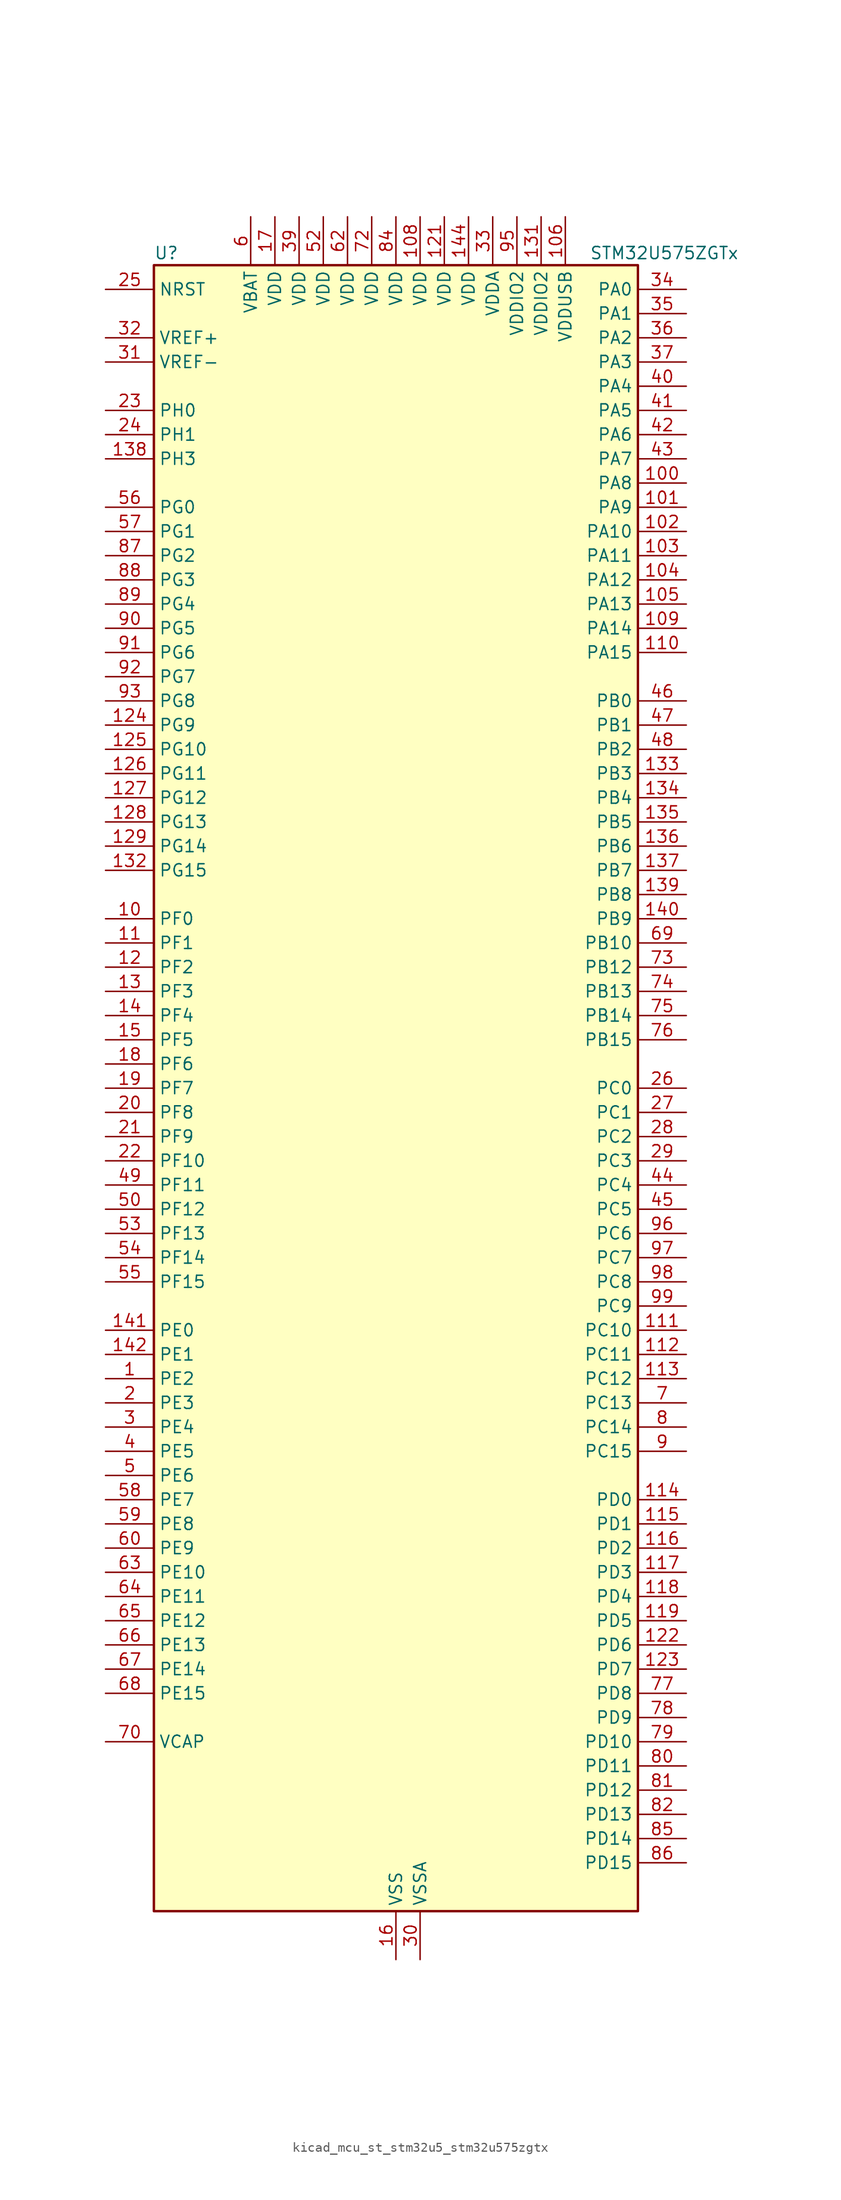
<source format=kicad_sym>
(kicad_symbol_lib
  (version 20220914)
  (generator kicad_symbol_editor)
  (symbol "kicad_mcu_st_stm32u5_stm32u575zgtx"
    (property "Reference" "U"
      (at -25.4 87.63 0)
      (effects (font (size 1.27 1.27)) (justify left)))
    (property "Value" "STM32U575ZGTx"
      (at 20.32 87.63 0)
      (effects (font (size 1.27 1.27)) (justify left)))
    (property "ki_locked" ""
      (at 0 0 0)
      (effects (font (size 1.27 1.27))))
    (symbol "kicad_mcu_st_stm32u5_stm32u575zgtx_0_1"
      (rectangle (start -25.4 -86.36) (end 25.4 86.36) (stroke (width 0.254) (type default)) (fill (type background))))
    (symbol "kicad_mcu_st_stm32u5_stm32u575zgtx_1_1"
      (pin bidirectional line (at -30.48 -30.48 0) (length 5.08) (name "PE2" (effects (font (size 1.27 1.27)))) (number "1" (effects (font (size 1.27 1.27)))) (alternate "DEBUG_TRACECLK" bidirectional line) (alternate "FMC_A23" bidirectional line) (alternate "SAI1_CK1" bidirectional line) (alternate "SAI1_MCLK_A" bidirectional line) (alternate "TIM3_ETR" bidirectional line) (alternate "TSC_G7_IO1" bidirectional line))
      (pin bidirectional line (at -30.48 17.78 0) (length 5.08) (name "PF0" (effects (font (size 1.27 1.27)))) (number "10" (effects (font (size 1.27 1.27)))) (alternate "FMC_A0" bidirectional line) (alternate "I2C2_SDA" bidirectional line) (alternate "OCTOSPIM_P2_IO0" bidirectional line))
      (pin bidirectional line (at 30.48 63.5 180) (length 5.08) (name "PA8" (effects (font (size 1.27 1.27)))) (number "100" (effects (font (size 1.27 1.27)))) (alternate "DEBUG_TRACECLK" bidirectional line) (alternate "LPTIM2_CH1" bidirectional line) (alternate "RCC_MCO" bidirectional line) (alternate "SAI1_CK2" bidirectional line) (alternate "SAI1_SCK_A" bidirectional line) (alternate "SPI1_RDY" bidirectional line) (alternate "TIM1_CH1" bidirectional line) (alternate "USART1_CK" bidirectional line) (alternate "USB_OTG_FS_SOF" bidirectional line))
      (pin bidirectional line (at 30.48 60.96 180) (length 5.08) (name "PA9" (effects (font (size 1.27 1.27)))) (number "101" (effects (font (size 1.27 1.27)))) (alternate "DAC1_EXTI9" bidirectional line) (alternate "DCMI_D0" bidirectional line) (alternate "PSSI_D0" bidirectional line) (alternate "SAI1_FS_A" bidirectional line) (alternate "SPI2_SCK" bidirectional line) (alternate "TIM15_BKIN" bidirectional line) (alternate "TIM1_CH2" bidirectional line) (alternate "USART1_TX" bidirectional line) (alternate "USB_OTG_FS_VBUS" bidirectional line))
      (pin bidirectional line (at 30.48 58.42 180) (length 5.08) (name "PA10" (effects (font (size 1.27 1.27)))) (number "102" (effects (font (size 1.27 1.27)))) (alternate "CRS_SYNC" bidirectional line) (alternate "DCMI_D1" bidirectional line) (alternate "LPTIM2_IN2" bidirectional line) (alternate "PSSI_D1" bidirectional line) (alternate "SAI1_D1" bidirectional line) (alternate "SAI1_SD_A" bidirectional line) (alternate "TIM17_BKIN" bidirectional line) (alternate "TIM1_CH3" bidirectional line) (alternate "USART1_RX" bidirectional line) (alternate "USB_OTG_FS_ID" bidirectional line))
      (pin bidirectional line (at 30.48 55.88 180) (length 5.08) (name "PA11" (effects (font (size 1.27 1.27)))) (number "103" (effects (font (size 1.27 1.27)))) (alternate "ADC1_EXTI11" bidirectional line) (alternate "FDCAN1_RX" bidirectional line) (alternate "SPI1_MISO" bidirectional line) (alternate "TIM1_BKIN2" bidirectional line) (alternate "TIM1_CH4" bidirectional line) (alternate "USART1_CTS" bidirectional line) (alternate "USB_OTG_FS_DM" bidirectional line))
      (pin bidirectional line (at 30.48 53.34 180) (length 5.08) (name "PA12" (effects (font (size 1.27 1.27)))) (number "104" (effects (font (size 1.27 1.27)))) (alternate "FDCAN1_TX" bidirectional line) (alternate "OCTOSPIM_P2_NCS" bidirectional line) (alternate "SPI1_MOSI" bidirectional line) (alternate "TIM1_ETR" bidirectional line) (alternate "USART1_DE" bidirectional line) (alternate "USART1_RTS" bidirectional line) (alternate "USB_OTG_FS_DP" bidirectional line))
      (pin bidirectional line (at 30.48 50.8 180) (length 5.08) (name "PA13" (effects (font (size 1.27 1.27)))) (number "105" (effects (font (size 1.27 1.27)))) (alternate "DEBUG_JTMS-SWDIO" bidirectional line) (alternate "IR_OUT" bidirectional line) (alternate "SAI1_SD_B" bidirectional line) (alternate "USB_OTG_FS_NOE" bidirectional line))
      (pin power_in line (at 17.78 91.44 270) (length 5.08) (name "VDDUSB" (effects (font (size 1.27 1.27)))) (number "106" (effects (font (size 1.27 1.27)))))
      (pin passive line (at 0 -91.44 90) (length 5.08) hide (name "VSS" (effects (font (size 1.27 1.27)))) (number "107" (effects (font (size 1.27 1.27)))))
      (pin power_in line (at 2.54 91.44 270) (length 5.08) (name "VDD" (effects (font (size 1.27 1.27)))) (number "108" (effects (font (size 1.27 1.27)))))
      (pin bidirectional line (at 30.48 48.26 180) (length 5.08) (name "PA14" (effects (font (size 1.27 1.27)))) (number "109" (effects (font (size 1.27 1.27)))) (alternate "DEBUG_JTCK-SWCLK" bidirectional line) (alternate "I2C1_SMBA" bidirectional line) (alternate "I2C4_SMBA" bidirectional line) (alternate "LPTIM1_CH1" bidirectional line) (alternate "SAI1_FS_B" bidirectional line) (alternate "USB_OTG_FS_SOF" bidirectional line))
      (pin bidirectional line (at -30.48 15.24 0) (length 5.08) (name "PF1" (effects (font (size 1.27 1.27)))) (number "11" (effects (font (size 1.27 1.27)))) (alternate "FMC_A1" bidirectional line) (alternate "I2C2_SCL" bidirectional line) (alternate "OCTOSPIM_P2_IO1" bidirectional line))
      (pin bidirectional line (at 30.48 45.72 180) (length 5.08) (name "PA15" (effects (font (size 1.27 1.27)))) (number "110" (effects (font (size 1.27 1.27)))) (alternate "ADC1_EXTI15" bidirectional line) (alternate "ADC4_EXTI15" bidirectional line) (alternate "DEBUG_JTDI" bidirectional line) (alternate "SAI2_FS_B" bidirectional line) (alternate "SPI1_NSS" bidirectional line) (alternate "SPI3_NSS" bidirectional line) (alternate "TIM2_CH1" bidirectional line) (alternate "TIM2_ETR" bidirectional line) (alternate "UART4_DE" bidirectional line) (alternate "UART4_RTS" bidirectional line) (alternate "UCPD1_CC1" bidirectional line) (alternate "USART2_RX" bidirectional line) (alternate "USART3_DE" bidirectional line) (alternate "USART3_RTS" bidirectional line))
      (pin bidirectional line (at 30.48 -25.4 180) (length 5.08) (name "PC10" (effects (font (size 1.27 1.27)))) (number "111" (effects (font (size 1.27 1.27)))) (alternate "ADF1_CCK1" bidirectional line) (alternate "DCMI_D8" bidirectional line) (alternate "DEBUG_TRACED1" bidirectional line) (alternate "LPTIM3_ETR" bidirectional line) (alternate "PSSI_D8" bidirectional line) (alternate "SAI2_SCK_B" bidirectional line) (alternate "SDMMC1_D2" bidirectional line) (alternate "SPI3_SCK" bidirectional line) (alternate "TSC_G3_IO2" bidirectional line) (alternate "UART4_TX" bidirectional line) (alternate "USART3_TX" bidirectional line))
      (pin bidirectional line (at 30.48 -27.94 180) (length 5.08) (name "PC11" (effects (font (size 1.27 1.27)))) (number "112" (effects (font (size 1.27 1.27)))) (alternate "ADC1_EXTI11" bidirectional line) (alternate "ADF1_SDI0" bidirectional line) (alternate "DCMI_D2" bidirectional line) (alternate "DCMI_D4" bidirectional line) (alternate "LPTIM3_IN1" bidirectional line) (alternate "OCTOSPIM_P1_NCS" bidirectional line) (alternate "PSSI_D2" bidirectional line) (alternate "PSSI_D4" bidirectional line) (alternate "SAI2_MCLK_B" bidirectional line) (alternate "SDMMC1_D3" bidirectional line) (alternate "SPI3_MISO" bidirectional line) (alternate "TSC_G3_IO3" bidirectional line) (alternate "UART4_RX" bidirectional line) (alternate "UCPD1_FRSTX2" bidirectional line) (alternate "USART3_RX" bidirectional line))
      (pin bidirectional line (at 30.48 -30.48 180) (length 5.08) (name "PC12" (effects (font (size 1.27 1.27)))) (number "113" (effects (font (size 1.27 1.27)))) (alternate "DCMI_D9" bidirectional line) (alternate "DEBUG_TRACED3" bidirectional line) (alternate "PSSI_D9" bidirectional line) (alternate "SAI2_SD_B" bidirectional line) (alternate "SDMMC1_CK" bidirectional line) (alternate "SPI3_MOSI" bidirectional line) (alternate "TSC_G3_IO4" bidirectional line) (alternate "UART5_TX" bidirectional line) (alternate "USART3_CK" bidirectional line))
      (pin bidirectional line (at 30.48 -43.18 180) (length 5.08) (name "PD0" (effects (font (size 1.27 1.27)))) (number "114" (effects (font (size 1.27 1.27)))) (alternate "FDCAN1_RX" bidirectional line) (alternate "FMC_D2" bidirectional line) (alternate "FMC_DA2" bidirectional line) (alternate "SPI2_NSS" bidirectional line) (alternate "TIM8_CH4N" bidirectional line))
      (pin bidirectional line (at 30.48 -45.72 180) (length 5.08) (name "PD1" (effects (font (size 1.27 1.27)))) (number "115" (effects (font (size 1.27 1.27)))) (alternate "FDCAN1_TX" bidirectional line) (alternate "FMC_D3" bidirectional line) (alternate "FMC_DA3" bidirectional line) (alternate "SPI2_SCK" bidirectional line))
      (pin bidirectional line (at 30.48 -48.26 180) (length 5.08) (name "PD2" (effects (font (size 1.27 1.27)))) (number "116" (effects (font (size 1.27 1.27)))) (alternate "DCMI_D11" bidirectional line) (alternate "DEBUG_TRACED2" bidirectional line) (alternate "LPTIM4_ETR" bidirectional line) (alternate "PSSI_D11" bidirectional line) (alternate "SDMMC1_CMD" bidirectional line) (alternate "TIM3_ETR" bidirectional line) (alternate "TSC_SYNC" bidirectional line) (alternate "UART5_RX" bidirectional line) (alternate "USART3_DE" bidirectional line) (alternate "USART3_RTS" bidirectional line))
      (pin bidirectional line (at 30.48 -50.8 180) (length 5.08) (name "PD3" (effects (font (size 1.27 1.27)))) (number "117" (effects (font (size 1.27 1.27)))) (alternate "DCMI_D5" bidirectional line) (alternate "FMC_CLK" bidirectional line) (alternate "MDF1_SDI0" bidirectional line) (alternate "OCTOSPIM_P2_NCS" bidirectional line) (alternate "PSSI_D5" bidirectional line) (alternate "SPI2_MISO" bidirectional line) (alternate "SPI2_SCK" bidirectional line) (alternate "USART2_CTS" bidirectional line))
      (pin bidirectional line (at 30.48 -53.34 180) (length 5.08) (name "PD4" (effects (font (size 1.27 1.27)))) (number "118" (effects (font (size 1.27 1.27)))) (alternate "FMC_NOE" bidirectional line) (alternate "MDF1_CKI0" bidirectional line) (alternate "OCTOSPIM_P1_IO4" bidirectional line) (alternate "SPI2_MOSI" bidirectional line) (alternate "USART2_DE" bidirectional line) (alternate "USART2_RTS" bidirectional line))
      (pin bidirectional line (at 30.48 -55.88 180) (length 5.08) (name "PD5" (effects (font (size 1.27 1.27)))) (number "119" (effects (font (size 1.27 1.27)))) (alternate "FMC_NWE" bidirectional line) (alternate "OCTOSPIM_P1_IO5" bidirectional line) (alternate "SPI2_RDY" bidirectional line) (alternate "USART2_TX" bidirectional line))
      (pin bidirectional line (at -30.48 12.7 0) (length 5.08) (name "PF2" (effects (font (size 1.27 1.27)))) (number "12" (effects (font (size 1.27 1.27)))) (alternate "FMC_A2" bidirectional line) (alternate "I2C2_SMBA" bidirectional line) (alternate "LPTIM3_CH2" bidirectional line) (alternate "OCTOSPIM_P2_IO2" bidirectional line) (alternate "PWR_WKUP8" bidirectional line))
      (pin passive line (at 0 -91.44 90) (length 5.08) hide (name "VSS" (effects (font (size 1.27 1.27)))) (number "120" (effects (font (size 1.27 1.27)))))
      (pin power_in line (at 5.08 91.44 270) (length 5.08) (name "VDD" (effects (font (size 1.27 1.27)))) (number "121" (effects (font (size 1.27 1.27)))))
      (pin bidirectional line (at 30.48 -58.42 180) (length 5.08) (name "PD6" (effects (font (size 1.27 1.27)))) (number "122" (effects (font (size 1.27 1.27)))) (alternate "DCMI_D10" bidirectional line) (alternate "FMC_NWAIT" bidirectional line) (alternate "MDF1_SDI1" bidirectional line) (alternate "OCTOSPIM_P1_IO6" bidirectional line) (alternate "PSSI_D10" bidirectional line) (alternate "SAI1_D1" bidirectional line) (alternate "SAI1_SD_A" bidirectional line) (alternate "SDMMC2_CK" bidirectional line) (alternate "SPI3_MOSI" bidirectional line) (alternate "USART2_RX" bidirectional line))
      (pin bidirectional line (at 30.48 -60.96 180) (length 5.08) (name "PD7" (effects (font (size 1.27 1.27)))) (number "123" (effects (font (size 1.27 1.27)))) (alternate "FMC_NCE" bidirectional line) (alternate "FMC_NE1" bidirectional line) (alternate "LPTIM4_OUT" bidirectional line) (alternate "MDF1_CKI1" bidirectional line) (alternate "OCTOSPIM_P1_IO7" bidirectional line) (alternate "SDMMC2_CMD" bidirectional line) (alternate "USART2_CK" bidirectional line))
      (pin bidirectional line (at -30.48 38.1 0) (length 5.08) (name "PG9" (effects (font (size 1.27 1.27)))) (number "124" (effects (font (size 1.27 1.27)))) (alternate "DAC1_EXTI9" bidirectional line) (alternate "FMC_NCE" bidirectional line) (alternate "FMC_NE2" bidirectional line) (alternate "OCTOSPIM_P2_IO6" bidirectional line) (alternate "SAI2_SCK_A" bidirectional line) (alternate "SPI3_SCK" bidirectional line) (alternate "TIM15_CH1N" bidirectional line) (alternate "USART1_TX" bidirectional line))
      (pin bidirectional line (at -30.48 35.56 0) (length 5.08) (name "PG10" (effects (font (size 1.27 1.27)))) (number "125" (effects (font (size 1.27 1.27)))) (alternate "FMC_NE3" bidirectional line) (alternate "LPTIM1_IN1" bidirectional line) (alternate "OCTOSPIM_P2_IO7" bidirectional line) (alternate "SAI2_FS_A" bidirectional line) (alternate "SPI3_MISO" bidirectional line) (alternate "TIM15_CH1" bidirectional line) (alternate "USART1_RX" bidirectional line))
      (pin bidirectional line (at -30.48 33.02 0) (length 5.08) (name "PG11" (effects (font (size 1.27 1.27)))) (number "126" (effects (font (size 1.27 1.27)))) (alternate "ADC1_EXTI11" bidirectional line) (alternate "LPTIM1_IN2" bidirectional line) (alternate "OCTOSPIM_P1_IO5" bidirectional line) (alternate "SAI2_MCLK_A" bidirectional line) (alternate "SPI3_MOSI" bidirectional line) (alternate "TIM15_CH2" bidirectional line) (alternate "USART1_CTS" bidirectional line))
      (pin bidirectional line (at -30.48 30.48 0) (length 5.08) (name "PG12" (effects (font (size 1.27 1.27)))) (number "127" (effects (font (size 1.27 1.27)))) (alternate "FMC_NE4" bidirectional line) (alternate "LPTIM1_ETR" bidirectional line) (alternate "OCTOSPIM_P2_NCS" bidirectional line) (alternate "SAI2_SD_A" bidirectional line) (alternate "SPI3_NSS" bidirectional line) (alternate "USART1_DE" bidirectional line) (alternate "USART1_RTS" bidirectional line))
      (pin bidirectional line (at -30.48 27.94 0) (length 5.08) (name "PG13" (effects (font (size 1.27 1.27)))) (number "128" (effects (font (size 1.27 1.27)))) (alternate "FMC_A24" bidirectional line) (alternate "I2C1_SDA" bidirectional line) (alternate "SPI3_RDY" bidirectional line) (alternate "USART1_CK" bidirectional line))
      (pin bidirectional line (at -30.48 25.4 0) (length 5.08) (name "PG14" (effects (font (size 1.27 1.27)))) (number "129" (effects (font (size 1.27 1.27)))) (alternate "FMC_A25" bidirectional line) (alternate "I2C1_SCL" bidirectional line) (alternate "LPTIM1_CH2" bidirectional line))
      (pin bidirectional line (at -30.48 10.16 0) (length 5.08) (name "PF3" (effects (font (size 1.27 1.27)))) (number "13" (effects (font (size 1.27 1.27)))) (alternate "FMC_A3" bidirectional line) (alternate "LPTIM3_IN1" bidirectional line) (alternate "OCTOSPIM_P2_IO3" bidirectional line))
      (pin passive line (at 0 -91.44 90) (length 5.08) hide (name "VSS" (effects (font (size 1.27 1.27)))) (number "130" (effects (font (size 1.27 1.27)))))
      (pin power_in line (at 15.24 91.44 270) (length 5.08) (name "VDDIO2" (effects (font (size 1.27 1.27)))) (number "131" (effects (font (size 1.27 1.27)))))
      (pin bidirectional line (at -30.48 22.86 0) (length 5.08) (name "PG15" (effects (font (size 1.27 1.27)))) (number "132" (effects (font (size 1.27 1.27)))) (alternate "ADC1_EXTI15" bidirectional line) (alternate "ADC4_EXTI15" bidirectional line) (alternate "DCMI_D13" bidirectional line) (alternate "I2C1_SMBA" bidirectional line) (alternate "LPTIM1_CH1" bidirectional line) (alternate "OCTOSPIM_P2_DQS" bidirectional line) (alternate "PSSI_D13" bidirectional line))
      (pin bidirectional line (at 30.48 33.02 180) (length 5.08) (name "PB3" (effects (font (size 1.27 1.27)))) (number "133" (effects (font (size 1.27 1.27)))) (alternate "ADF1_CCK0" bidirectional line) (alternate "COMP2_INM" bidirectional line) (alternate "CRS_SYNC" bidirectional line) (alternate "DEBUG_JTDO-SWO" bidirectional line) (alternate "I2C1_SDA" bidirectional line) (alternate "LPTIM1_CH1" bidirectional line) (alternate "SAI1_SCK_B" bidirectional line) (alternate "SDMMC2_D2" bidirectional line) (alternate "SPI1_SCK" bidirectional line) (alternate "SPI3_SCK" bidirectional line) (alternate "TIM2_CH2" bidirectional line) (alternate "USART1_DE" bidirectional line) (alternate "USART1_RTS" bidirectional line))
      (pin bidirectional line (at 30.48 30.48 180) (length 5.08) (name "PB4" (effects (font (size 1.27 1.27)))) (number "134" (effects (font (size 1.27 1.27)))) (alternate "ADF1_SDI0" bidirectional line) (alternate "COMP2_INP" bidirectional line) (alternate "DCMI_D12" bidirectional line) (alternate "DEBUG_JTRST" bidirectional line) (alternate "I2C3_SDA" bidirectional line) (alternate "LPTIM1_CH2" bidirectional line) (alternate "PSSI_D12" bidirectional line) (alternate "SAI1_MCLK_B" bidirectional line) (alternate "SDMMC2_D3" bidirectional line) (alternate "SPI1_MISO" bidirectional line) (alternate "SPI3_MISO" bidirectional line) (alternate "TIM17_BKIN" bidirectional line) (alternate "TIM3_CH1" bidirectional line) (alternate "TSC_G2_IO1" bidirectional line) (alternate "UART5_DE" bidirectional line) (alternate "UART5_RTS" bidirectional line) (alternate "USART1_CTS" bidirectional line))
      (pin bidirectional line (at 30.48 27.94 180) (length 5.08) (name "PB5" (effects (font (size 1.27 1.27)))) (number "135" (effects (font (size 1.27 1.27)))) (alternate "COMP2_OUT" bidirectional line) (alternate "DCMI_D10" bidirectional line) (alternate "I2C1_SMBA" bidirectional line) (alternate "LPTIM1_IN1" bidirectional line) (alternate "OCTOSPIM_P1_NCLK" bidirectional line) (alternate "PSSI_D10" bidirectional line) (alternate "PWR_WKUP6" bidirectional line) (alternate "SAI1_SD_B" bidirectional line) (alternate "SPI1_MOSI" bidirectional line) (alternate "SPI3_MOSI" bidirectional line) (alternate "TIM16_BKIN" bidirectional line) (alternate "TIM3_CH2" bidirectional line) (alternate "TSC_G2_IO2" bidirectional line) (alternate "UART5_CTS" bidirectional line) (alternate "UCPD1_DBCC1" bidirectional line) (alternate "USART1_CK" bidirectional line))
      (pin bidirectional line (at 30.48 25.4 180) (length 5.08) (name "PB6" (effects (font (size 1.27 1.27)))) (number "136" (effects (font (size 1.27 1.27)))) (alternate "COMP2_INP" bidirectional line) (alternate "DCMI_D5" bidirectional line) (alternate "I2C1_SCL" bidirectional line) (alternate "I2C4_SCL" bidirectional line) (alternate "LPTIM1_ETR" bidirectional line) (alternate "MDF1_SDI5" bidirectional line) (alternate "PSSI_D5" bidirectional line) (alternate "PWR_WKUP3" bidirectional line) (alternate "SAI1_FS_B" bidirectional line) (alternate "TIM16_CH1N" bidirectional line) (alternate "TIM4_CH1" bidirectional line) (alternate "TIM8_BKIN2" bidirectional line) (alternate "TSC_G2_IO3" bidirectional line) (alternate "USART1_TX" bidirectional line))
      (pin bidirectional line (at 30.48 22.86 180) (length 5.08) (name "PB7" (effects (font (size 1.27 1.27)))) (number "137" (effects (font (size 1.27 1.27)))) (alternate "COMP2_INM" bidirectional line) (alternate "DCMI_VSYNC" bidirectional line) (alternate "FMC_NL" bidirectional line) (alternate "I2C1_SDA" bidirectional line) (alternate "I2C4_SDA" bidirectional line) (alternate "LPTIM1_IN2" bidirectional line) (alternate "MDF1_CKI5" bidirectional line) (alternate "PSSI_RDY" bidirectional line) (alternate "PWR_PVD_IN" bidirectional line) (alternate "PWR_WKUP4" bidirectional line) (alternate "TIM17_CH1N" bidirectional line) (alternate "TIM4_CH2" bidirectional line) (alternate "TIM8_BKIN" bidirectional line) (alternate "TSC_G2_IO4" bidirectional line) (alternate "UART4_CTS" bidirectional line) (alternate "USART1_RX" bidirectional line))
      (pin bidirectional line (at -30.48 66.04 0) (length 5.08) (name "PH3" (effects (font (size 1.27 1.27)))) (number "138" (effects (font (size 1.27 1.27)))))
      (pin bidirectional line (at 30.48 20.32 180) (length 5.08) (name "PB8" (effects (font (size 1.27 1.27)))) (number "139" (effects (font (size 1.27 1.27)))) (alternate "DCMI_D6" bidirectional line) (alternate "FDCAN1_RX" bidirectional line) (alternate "I2C1_SCL" bidirectional line) (alternate "MDF1_CCK0" bidirectional line) (alternate "PSSI_D6" bidirectional line) (alternate "PWR_WKUP5" bidirectional line) (alternate "SAI1_CK1" bidirectional line) (alternate "SAI1_MCLK_A" bidirectional line) (alternate "SDMMC1_CKIN" bidirectional line) (alternate "SDMMC1_D4" bidirectional line) (alternate "SDMMC2_D4" bidirectional line) (alternate "SPI3_RDY" bidirectional line) (alternate "TIM16_CH1" bidirectional line) (alternate "TIM4_CH3" bidirectional line))
      (pin bidirectional line (at -30.48 7.62 0) (length 5.08) (name "PF4" (effects (font (size 1.27 1.27)))) (number "14" (effects (font (size 1.27 1.27)))) (alternate "FMC_A4" bidirectional line) (alternate "LPTIM3_ETR" bidirectional line) (alternate "OCTOSPIM_P2_CLK" bidirectional line))
      (pin bidirectional line (at 30.48 17.78 180) (length 5.08) (name "PB9" (effects (font (size 1.27 1.27)))) (number "140" (effects (font (size 1.27 1.27)))) (alternate "DAC1_EXTI9" bidirectional line) (alternate "DCMI_D7" bidirectional line) (alternate "FDCAN1_TX" bidirectional line) (alternate "I2C1_SDA" bidirectional line) (alternate "IR_OUT" bidirectional line) (alternate "PSSI_D7" bidirectional line) (alternate "SAI1_D2" bidirectional line) (alternate "SAI1_FS_A" bidirectional line) (alternate "SDMMC1_CDIR" bidirectional line) (alternate "SDMMC1_D5" bidirectional line) (alternate "SDMMC2_D5" bidirectional line) (alternate "SPI2_NSS" bidirectional line) (alternate "TIM17_CH1" bidirectional line) (alternate "TIM4_CH4" bidirectional line))
      (pin bidirectional line (at -30.48 -25.4 0) (length 5.08) (name "PE0" (effects (font (size 1.27 1.27)))) (number "141" (effects (font (size 1.27 1.27)))) (alternate "DCMI_D2" bidirectional line) (alternate "FMC_NBL0" bidirectional line) (alternate "PSSI_D2" bidirectional line) (alternate "TIM16_CH1" bidirectional line) (alternate "TIM4_ETR" bidirectional line))
      (pin bidirectional line (at -30.48 -27.94 0) (length 5.08) (name "PE1" (effects (font (size 1.27 1.27)))) (number "142" (effects (font (size 1.27 1.27)))) (alternate "DCMI_D3" bidirectional line) (alternate "FMC_NBL1" bidirectional line) (alternate "PSSI_D3" bidirectional line) (alternate "TIM17_CH1" bidirectional line))
      (pin passive line (at 0 -91.44 90) (length 5.08) hide (name "VSS" (effects (font (size 1.27 1.27)))) (number "143" (effects (font (size 1.27 1.27)))))
      (pin power_in line (at 7.62 91.44 270) (length 5.08) (name "VDD" (effects (font (size 1.27 1.27)))) (number "144" (effects (font (size 1.27 1.27)))))
      (pin bidirectional line (at -30.48 5.08 0) (length 5.08) (name "PF5" (effects (font (size 1.27 1.27)))) (number "15" (effects (font (size 1.27 1.27)))) (alternate "FMC_A5" bidirectional line) (alternate "LPTIM3_CH1" bidirectional line) (alternate "OCTOSPIM_P2_NCLK" bidirectional line))
      (pin power_in line (at 0 -91.44 90) (length 5.08) (name "VSS" (effects (font (size 1.27 1.27)))) (number "16" (effects (font (size 1.27 1.27)))))
      (pin power_in line (at -12.7 91.44 270) (length 5.08) (name "VDD" (effects (font (size 1.27 1.27)))) (number "17" (effects (font (size 1.27 1.27)))))
      (pin bidirectional line (at -30.48 2.54 0) (length 5.08) (name "PF6" (effects (font (size 1.27 1.27)))) (number "18" (effects (font (size 1.27 1.27)))) (alternate "DCMI_D12" bidirectional line) (alternate "OCTOSPIM_P1_IO3" bidirectional line) (alternate "OCTOSPIM_P2_NCS" bidirectional line) (alternate "PSSI_D12" bidirectional line) (alternate "SAI1_SD_B" bidirectional line) (alternate "TIM5_CH1" bidirectional line) (alternate "TIM5_ETR" bidirectional line))
      (pin bidirectional line (at -30.48 0 0) (length 5.08) (name "PF7" (effects (font (size 1.27 1.27)))) (number "19" (effects (font (size 1.27 1.27)))) (alternate "FDCAN1_RX" bidirectional line) (alternate "OCTOSPIM_P1_IO2" bidirectional line) (alternate "SAI1_MCLK_B" bidirectional line) (alternate "TIM5_CH2" bidirectional line))
      (pin bidirectional line (at -30.48 -33.02 0) (length 5.08) (name "PE3" (effects (font (size 1.27 1.27)))) (number "2" (effects (font (size 1.27 1.27)))) (alternate "DEBUG_TRACED0" bidirectional line) (alternate "FMC_A19" bidirectional line) (alternate "OCTOSPIM_P1_DQS" bidirectional line) (alternate "SAI1_SD_B" bidirectional line) (alternate "TAMP_IN6" bidirectional line) (alternate "TAMP_OUT3" bidirectional line) (alternate "TIM3_CH1" bidirectional line) (alternate "TSC_G7_IO2" bidirectional line))
      (pin bidirectional line (at -30.48 -2.54 0) (length 5.08) (name "PF8" (effects (font (size 1.27 1.27)))) (number "20" (effects (font (size 1.27 1.27)))) (alternate "FDCAN1_TX" bidirectional line) (alternate "OCTOSPIM_P1_IO0" bidirectional line) (alternate "PSSI_D14" bidirectional line) (alternate "SAI1_SCK_B" bidirectional line) (alternate "TIM5_CH3" bidirectional line))
      (pin bidirectional line (at -30.48 -5.08 0) (length 5.08) (name "PF9" (effects (font (size 1.27 1.27)))) (number "21" (effects (font (size 1.27 1.27)))) (alternate "DAC1_EXTI9" bidirectional line) (alternate "OCTOSPIM_P1_IO1" bidirectional line) (alternate "PSSI_D15" bidirectional line) (alternate "SAI1_FS_B" bidirectional line) (alternate "TIM15_CH1" bidirectional line) (alternate "TIM5_CH4" bidirectional line))
      (pin bidirectional line (at -30.48 -7.62 0) (length 5.08) (name "PF10" (effects (font (size 1.27 1.27)))) (number "22" (effects (font (size 1.27 1.27)))) (alternate "DCMI_D11" bidirectional line) (alternate "MDF1_CCK1" bidirectional line) (alternate "OCTOSPIM_P1_CLK" bidirectional line) (alternate "PSSI_D11" bidirectional line) (alternate "PSSI_D15" bidirectional line) (alternate "SAI1_D3" bidirectional line) (alternate "TIM15_CH2" bidirectional line))
      (pin bidirectional line (at -30.48 71.12 0) (length 5.08) (name "PH0" (effects (font (size 1.27 1.27)))) (number "23" (effects (font (size 1.27 1.27)))) (alternate "RCC_OSC_IN" bidirectional line))
      (pin bidirectional line (at -30.48 68.58 0) (length 5.08) (name "PH1" (effects (font (size 1.27 1.27)))) (number "24" (effects (font (size 1.27 1.27)))) (alternate "RCC_OSC_OUT" bidirectional line))
      (pin input line (at -30.48 83.82 0) (length 5.08) (name "NRST" (effects (font (size 1.27 1.27)))) (number "25" (effects (font (size 1.27 1.27)))))
      (pin bidirectional line (at 30.48 0 180) (length 5.08) (name "PC0" (effects (font (size 1.27 1.27)))) (number "26" (effects (font (size 1.27 1.27)))) (alternate "ADC1_IN1" bidirectional line) (alternate "ADC4_IN1" bidirectional line) (alternate "I2C3_SCL" bidirectional line) (alternate "LPTIM1_IN1" bidirectional line) (alternate "LPTIM2_IN1" bidirectional line) (alternate "LPUART1_RX" bidirectional line) (alternate "MDF1_SDI4" bidirectional line) (alternate "OCTOSPIM_P1_IO7" bidirectional line) (alternate "SAI2_FS_A" bidirectional line) (alternate "SDMMC1_D5" bidirectional line) (alternate "SPI2_RDY" bidirectional line))
      (pin bidirectional line (at 30.48 -2.54 180) (length 5.08) (name "PC1" (effects (font (size 1.27 1.27)))) (number "27" (effects (font (size 1.27 1.27)))) (alternate "ADC1_IN2" bidirectional line) (alternate "ADC4_IN2" bidirectional line) (alternate "DEBUG_TRACED0" bidirectional line) (alternate "I2C3_SDA" bidirectional line) (alternate "LPTIM1_CH1" bidirectional line) (alternate "LPUART1_TX" bidirectional line) (alternate "MDF1_CKI4" bidirectional line) (alternate "OCTOSPIM_P1_IO4" bidirectional line) (alternate "SAI1_SD_A" bidirectional line) (alternate "SDMMC2_CK" bidirectional line) (alternate "SPI2_MOSI" bidirectional line))
      (pin bidirectional line (at 30.48 -5.08 180) (length 5.08) (name "PC2" (effects (font (size 1.27 1.27)))) (number "28" (effects (font (size 1.27 1.27)))) (alternate "ADC1_IN3" bidirectional line) (alternate "ADC4_IN3" bidirectional line) (alternate "LPTIM1_IN2" bidirectional line) (alternate "MDF1_CCK1" bidirectional line) (alternate "OCTOSPIM_P1_IO5" bidirectional line) (alternate "SPI2_MISO" bidirectional line))
      (pin bidirectional line (at 30.48 -7.62 180) (length 5.08) (name "PC3" (effects (font (size 1.27 1.27)))) (number "29" (effects (font (size 1.27 1.27)))) (alternate "ADC1_IN4" bidirectional line) (alternate "ADC4_IN4" bidirectional line) (alternate "LPTIM1_ETR" bidirectional line) (alternate "LPTIM2_ETR" bidirectional line) (alternate "LPTIM3_CH1" bidirectional line) (alternate "OCTOSPIM_P1_IO6" bidirectional line) (alternate "SAI1_D1" bidirectional line) (alternate "SAI1_SD_A" bidirectional line) (alternate "SPI2_MOSI" bidirectional line))
      (pin bidirectional line (at -30.48 -35.56 0) (length 5.08) (name "PE4" (effects (font (size 1.27 1.27)))) (number "3" (effects (font (size 1.27 1.27)))) (alternate "DCMI_D4" bidirectional line) (alternate "DEBUG_TRACED1" bidirectional line) (alternate "FMC_A20" bidirectional line) (alternate "MDF1_SDI3" bidirectional line) (alternate "PSSI_D4" bidirectional line) (alternate "PWR_WKUP1" bidirectional line) (alternate "SAI1_D2" bidirectional line) (alternate "SAI1_FS_A" bidirectional line) (alternate "TAMP_IN7" bidirectional line) (alternate "TAMP_OUT8" bidirectional line) (alternate "TIM3_CH2" bidirectional line) (alternate "TSC_G7_IO3" bidirectional line))
      (pin power_in line (at 2.54 -91.44 90) (length 5.08) (name "VSSA" (effects (font (size 1.27 1.27)))) (number "30" (effects (font (size 1.27 1.27)))))
      (pin input line (at -30.48 76.2 0) (length 5.08) (name "VREF-" (effects (font (size 1.27 1.27)))) (number "31" (effects (font (size 1.27 1.27)))))
      (pin input line (at -30.48 78.74 0) (length 5.08) (name "VREF+" (effects (font (size 1.27 1.27)))) (number "32" (effects (font (size 1.27 1.27)))) (alternate "VREFBUF_OUT" bidirectional line))
      (pin power_in line (at 10.16 91.44 270) (length 5.08) (name "VDDA" (effects (font (size 1.27 1.27)))) (number "33" (effects (font (size 1.27 1.27)))))
      (pin bidirectional line (at 30.48 83.82 180) (length 5.08) (name "PA0" (effects (font (size 1.27 1.27)))) (number "34" (effects (font (size 1.27 1.27)))) (alternate "ADC1_IN5" bidirectional line) (alternate "AUDIOCLK" bidirectional line) (alternate "OCTOSPIM_P2_NCS" bidirectional line) (alternate "OPAMP1_VINP" bidirectional line) (alternate "PWR_WKUP1" bidirectional line) (alternate "SDMMC2_CMD" bidirectional line) (alternate "SPI3_RDY" bidirectional line) (alternate "TAMP_IN2" bidirectional line) (alternate "TAMP_OUT1" bidirectional line) (alternate "TIM2_CH1" bidirectional line) (alternate "TIM2_ETR" bidirectional line) (alternate "TIM5_CH1" bidirectional line) (alternate "TIM8_ETR" bidirectional line) (alternate "UART4_TX" bidirectional line) (alternate "USART2_CTS" bidirectional line))
      (pin bidirectional line (at 30.48 81.28 180) (length 5.08) (name "PA1" (effects (font (size 1.27 1.27)))) (number "35" (effects (font (size 1.27 1.27)))) (alternate "ADC1_IN6" bidirectional line) (alternate "I2C1_SMBA" bidirectional line) (alternate "LPTIM1_CH2" bidirectional line) (alternate "OCTOSPIM_P1_DQS" bidirectional line) (alternate "OPAMP1_VINM" bidirectional line) (alternate "PWR_WKUP3" bidirectional line) (alternate "SPI1_SCK" bidirectional line) (alternate "TAMP_IN5" bidirectional line) (alternate "TAMP_OUT4" bidirectional line) (alternate "TIM15_CH1N" bidirectional line) (alternate "TIM2_CH2" bidirectional line) (alternate "TIM5_CH2" bidirectional line) (alternate "UART4_RX" bidirectional line) (alternate "USART2_DE" bidirectional line) (alternate "USART2_RTS" bidirectional line))
      (pin bidirectional line (at 30.48 78.74 180) (length 5.08) (name "PA2" (effects (font (size 1.27 1.27)))) (number "36" (effects (font (size 1.27 1.27)))) (alternate "ADC1_IN7" bidirectional line) (alternate "COMP1_INP" bidirectional line) (alternate "LPUART1_TX" bidirectional line) (alternate "OCTOSPIM_P1_NCS" bidirectional line) (alternate "PWR_WKUP4" bidirectional line) (alternate "RCC_LSCO" bidirectional line) (alternate "SPI1_RDY" bidirectional line) (alternate "TIM15_CH1" bidirectional line) (alternate "TIM2_CH3" bidirectional line) (alternate "TIM5_CH3" bidirectional line) (alternate "UCPD1_FRSTX1" bidirectional line) (alternate "USART2_TX" bidirectional line))
      (pin bidirectional line (at 30.48 76.2 180) (length 5.08) (name "PA3" (effects (font (size 1.27 1.27)))) (number "37" (effects (font (size 1.27 1.27)))) (alternate "ADC1_IN8" bidirectional line) (alternate "LPUART1_RX" bidirectional line) (alternate "OCTOSPIM_P1_CLK" bidirectional line) (alternate "OPAMP1_VOUT" bidirectional line) (alternate "PWR_WKUP5" bidirectional line) (alternate "SAI1_CK1" bidirectional line) (alternate "SAI1_MCLK_A" bidirectional line) (alternate "TIM15_CH2" bidirectional line) (alternate "TIM2_CH4" bidirectional line) (alternate "TIM5_CH4" bidirectional line) (alternate "USART2_RX" bidirectional line))
      (pin passive line (at 0 -91.44 90) (length 5.08) hide (name "VSS" (effects (font (size 1.27 1.27)))) (number "38" (effects (font (size 1.27 1.27)))))
      (pin power_in line (at -10.16 91.44 270) (length 5.08) (name "VDD" (effects (font (size 1.27 1.27)))) (number "39" (effects (font (size 1.27 1.27)))))
      (pin bidirectional line (at -30.48 -38.1 0) (length 5.08) (name "PE5" (effects (font (size 1.27 1.27)))) (number "4" (effects (font (size 1.27 1.27)))) (alternate "DCMI_D6" bidirectional line) (alternate "DEBUG_TRACED2" bidirectional line) (alternate "FMC_A21" bidirectional line) (alternate "MDF1_CKI3" bidirectional line) (alternate "PSSI_D6" bidirectional line) (alternate "PWR_WKUP2" bidirectional line) (alternate "SAI1_CK2" bidirectional line) (alternate "SAI1_SCK_A" bidirectional line) (alternate "TAMP_IN8" bidirectional line) (alternate "TAMP_OUT7" bidirectional line) (alternate "TIM3_CH3" bidirectional line) (alternate "TSC_G7_IO4" bidirectional line))
      (pin bidirectional line (at 30.48 73.66 180) (length 5.08) (name "PA4" (effects (font (size 1.27 1.27)))) (number "40" (effects (font (size 1.27 1.27)))) (alternate "ADC1_IN9" bidirectional line) (alternate "ADC4_IN9" bidirectional line) (alternate "DAC1_OUT1" bidirectional line) (alternate "DCMI_HSYNC" bidirectional line) (alternate "LPTIM2_CH1" bidirectional line) (alternate "OCTOSPIM_P1_NCS" bidirectional line) (alternate "PSSI_DE" bidirectional line) (alternate "PWR_WKUP2" bidirectional line) (alternate "SAI1_FS_B" bidirectional line) (alternate "SPI1_NSS" bidirectional line) (alternate "SPI3_NSS" bidirectional line) (alternate "USART2_CK" bidirectional line))
      (pin bidirectional line (at 30.48 71.12 180) (length 5.08) (name "PA5" (effects (font (size 1.27 1.27)))) (number "41" (effects (font (size 1.27 1.27)))) (alternate "ADC1_IN10" bidirectional line) (alternate "ADC4_IN10" bidirectional line) (alternate "DAC1_OUT2" bidirectional line) (alternate "LPTIM2_ETR" bidirectional line) (alternate "PSSI_D14" bidirectional line) (alternate "PWR_CSLEEP" bidirectional line) (alternate "PWR_WKUP6" bidirectional line) (alternate "SPI1_SCK" bidirectional line) (alternate "TIM2_CH1" bidirectional line) (alternate "TIM2_ETR" bidirectional line) (alternate "TIM8_CH1N" bidirectional line) (alternate "USART3_RX" bidirectional line))
      (pin bidirectional line (at 30.48 68.58 180) (length 5.08) (name "PA6" (effects (font (size 1.27 1.27)))) (number "42" (effects (font (size 1.27 1.27)))) (alternate "ADC1_IN11" bidirectional line) (alternate "ADC4_IN11" bidirectional line) (alternate "DCMI_PIXCLK" bidirectional line) (alternate "LPUART1_CTS" bidirectional line) (alternate "OCTOSPIM_P1_IO3" bidirectional line) (alternate "OPAMP2_VINP" bidirectional line) (alternate "PSSI_PDCK" bidirectional line) (alternate "PWR_CDSTOP" bidirectional line) (alternate "PWR_WKUP7" bidirectional line) (alternate "SPI1_MISO" bidirectional line) (alternate "TIM16_CH1" bidirectional line) (alternate "TIM1_BKIN" bidirectional line) (alternate "TIM3_CH1" bidirectional line) (alternate "TIM8_BKIN" bidirectional line) (alternate "USART3_CTS" bidirectional line))
      (pin bidirectional line (at 30.48 66.04 180) (length 5.08) (name "PA7" (effects (font (size 1.27 1.27)))) (number "43" (effects (font (size 1.27 1.27)))) (alternate "ADC1_IN12" bidirectional line) (alternate "ADC4_IN20" bidirectional line) (alternate "I2C3_SCL" bidirectional line) (alternate "LPTIM2_CH2" bidirectional line) (alternate "OCTOSPIM_P1_IO2" bidirectional line) (alternate "OPAMP2_VINM" bidirectional line) (alternate "PWR_SRDSTOP" bidirectional line) (alternate "PWR_WKUP8" bidirectional line) (alternate "SPI1_MOSI" bidirectional line) (alternate "TIM17_CH1" bidirectional line) (alternate "TIM1_CH1N" bidirectional line) (alternate "TIM3_CH2" bidirectional line) (alternate "TIM8_CH1N" bidirectional line) (alternate "USART3_TX" bidirectional line))
      (pin bidirectional line (at 30.48 -10.16 180) (length 5.08) (name "PC4" (effects (font (size 1.27 1.27)))) (number "44" (effects (font (size 1.27 1.27)))) (alternate "ADC1_IN13" bidirectional line) (alternate "ADC4_IN22" bidirectional line) (alternate "COMP1_INM" bidirectional line) (alternate "OCTOSPIM_P1_IO7" bidirectional line) (alternate "USART3_TX" bidirectional line))
      (pin bidirectional line (at 30.48 -12.7 180) (length 5.08) (name "PC5" (effects (font (size 1.27 1.27)))) (number "45" (effects (font (size 1.27 1.27)))) (alternate "ADC1_IN14" bidirectional line) (alternate "ADC4_IN23" bidirectional line) (alternate "COMP1_INP" bidirectional line) (alternate "PSSI_D15" bidirectional line) (alternate "PWR_WKUP5" bidirectional line) (alternate "SAI1_D3" bidirectional line) (alternate "TAMP_IN4" bidirectional line) (alternate "TAMP_OUT5" bidirectional line) (alternate "TIM1_CH4N" bidirectional line) (alternate "USART3_RX" bidirectional line))
      (pin bidirectional line (at 30.48 40.64 180) (length 5.08) (name "PB0" (effects (font (size 1.27 1.27)))) (number "46" (effects (font (size 1.27 1.27)))) (alternate "ADC1_IN15" bidirectional line) (alternate "ADC4_IN18" bidirectional line) (alternate "AUDIOCLK" bidirectional line) (alternate "COMP1_OUT" bidirectional line) (alternate "LPTIM3_CH1" bidirectional line) (alternate "OCTOSPIM_P1_IO1" bidirectional line) (alternate "OPAMP2_VOUT" bidirectional line) (alternate "SPI1_NSS" bidirectional line) (alternate "TIM1_CH2N" bidirectional line) (alternate "TIM3_CH3" bidirectional line) (alternate "TIM8_CH2N" bidirectional line) (alternate "USART3_CK" bidirectional line))
      (pin bidirectional line (at 30.48 38.1 180) (length 5.08) (name "PB1" (effects (font (size 1.27 1.27)))) (number "47" (effects (font (size 1.27 1.27)))) (alternate "ADC1_IN16" bidirectional line) (alternate "ADC4_IN19" bidirectional line) (alternate "COMP1_INM" bidirectional line) (alternate "LPTIM2_IN1" bidirectional line) (alternate "LPTIM3_CH2" bidirectional line) (alternate "LPUART1_DE" bidirectional line) (alternate "LPUART1_RTS" bidirectional line) (alternate "MDF1_SDI0" bidirectional line) (alternate "OCTOSPIM_P1_IO0" bidirectional line) (alternate "PWR_WKUP4" bidirectional line) (alternate "TIM1_CH3N" bidirectional line) (alternate "TIM3_CH4" bidirectional line) (alternate "TIM8_CH3N" bidirectional line) (alternate "USART3_DE" bidirectional line) (alternate "USART3_RTS" bidirectional line))
      (pin bidirectional line (at 30.48 35.56 180) (length 5.08) (name "PB2" (effects (font (size 1.27 1.27)))) (number "48" (effects (font (size 1.27 1.27)))) (alternate "ADC1_IN17" bidirectional line) (alternate "COMP1_INP" bidirectional line) (alternate "I2C3_SMBA" bidirectional line) (alternate "LPTIM1_CH1" bidirectional line) (alternate "MDF1_CKI0" bidirectional line) (alternate "OCTOSPIM_P1_DQS" bidirectional line) (alternate "PWR_WKUP1" bidirectional line) (alternate "RTC_OUT2" bidirectional line) (alternate "SPI1_RDY" bidirectional line) (alternate "TIM8_CH4N" bidirectional line) (alternate "UCPD1_FRSTX1" bidirectional line))
      (pin bidirectional line (at -30.48 -10.16 0) (length 5.08) (name "PF11" (effects (font (size 1.27 1.27)))) (number "49" (effects (font (size 1.27 1.27)))) (alternate "ADC1_EXTI11" bidirectional line) (alternate "DCMI_D12" bidirectional line) (alternate "LPTIM4_IN1" bidirectional line) (alternate "OCTOSPIM_P1_NCLK" bidirectional line) (alternate "PSSI_D12" bidirectional line))
      (pin bidirectional line (at -30.48 -40.64 0) (length 5.08) (name "PE6" (effects (font (size 1.27 1.27)))) (number "5" (effects (font (size 1.27 1.27)))) (alternate "DCMI_D7" bidirectional line) (alternate "DEBUG_TRACED3" bidirectional line) (alternate "FMC_A22" bidirectional line) (alternate "PSSI_D7" bidirectional line) (alternate "PWR_WKUP3" bidirectional line) (alternate "SAI1_D1" bidirectional line) (alternate "SAI1_SD_A" bidirectional line) (alternate "TAMP_IN3" bidirectional line) (alternate "TAMP_OUT6" bidirectional line) (alternate "TIM3_CH4" bidirectional line))
      (pin bidirectional line (at -30.48 -12.7 0) (length 5.08) (name "PF12" (effects (font (size 1.27 1.27)))) (number "50" (effects (font (size 1.27 1.27)))) (alternate "FMC_A6" bidirectional line) (alternate "LPTIM4_ETR" bidirectional line) (alternate "OCTOSPIM_P2_DQS" bidirectional line))
      (pin passive line (at 0 -91.44 90) (length 5.08) hide (name "VSS" (effects (font (size 1.27 1.27)))) (number "51" (effects (font (size 1.27 1.27)))))
      (pin power_in line (at -7.62 91.44 270) (length 5.08) (name "VDD" (effects (font (size 1.27 1.27)))) (number "52" (effects (font (size 1.27 1.27)))))
      (pin bidirectional line (at -30.48 -15.24 0) (length 5.08) (name "PF13" (effects (font (size 1.27 1.27)))) (number "53" (effects (font (size 1.27 1.27)))) (alternate "FMC_A7" bidirectional line) (alternate "I2C4_SMBA" bidirectional line) (alternate "LPTIM4_OUT" bidirectional line) (alternate "UCPD1_FRSTX2" bidirectional line))
      (pin bidirectional line (at -30.48 -17.78 0) (length 5.08) (name "PF14" (effects (font (size 1.27 1.27)))) (number "54" (effects (font (size 1.27 1.27)))) (alternate "ADC4_IN5" bidirectional line) (alternate "FMC_A8" bidirectional line) (alternate "I2C4_SCL" bidirectional line) (alternate "TSC_G8_IO1" bidirectional line))
      (pin bidirectional line (at -30.48 -20.32 0) (length 5.08) (name "PF15" (effects (font (size 1.27 1.27)))) (number "55" (effects (font (size 1.27 1.27)))) (alternate "ADC1_EXTI15" bidirectional line) (alternate "ADC4_EXTI15" bidirectional line) (alternate "ADC4_IN6" bidirectional line) (alternate "FMC_A9" bidirectional line) (alternate "I2C4_SDA" bidirectional line) (alternate "TSC_G8_IO2" bidirectional line))
      (pin bidirectional line (at -30.48 60.96 0) (length 5.08) (name "PG0" (effects (font (size 1.27 1.27)))) (number "56" (effects (font (size 1.27 1.27)))) (alternate "ADC4_IN7" bidirectional line) (alternate "FMC_A10" bidirectional line) (alternate "OCTOSPIM_P2_IO4" bidirectional line) (alternate "TSC_G8_IO3" bidirectional line))
      (pin bidirectional line (at -30.48 58.42 0) (length 5.08) (name "PG1" (effects (font (size 1.27 1.27)))) (number "57" (effects (font (size 1.27 1.27)))) (alternate "ADC4_IN8" bidirectional line) (alternate "FMC_A11" bidirectional line) (alternate "OCTOSPIM_P2_IO5" bidirectional line) (alternate "TSC_G8_IO4" bidirectional line))
      (pin bidirectional line (at -30.48 -43.18 0) (length 5.08) (name "PE7" (effects (font (size 1.27 1.27)))) (number "58" (effects (font (size 1.27 1.27)))) (alternate "FMC_D4" bidirectional line) (alternate "FMC_DA4" bidirectional line) (alternate "MDF1_SDI2" bidirectional line) (alternate "PWR_WKUP6" bidirectional line) (alternate "SAI1_SD_B" bidirectional line) (alternate "TIM1_ETR" bidirectional line))
      (pin bidirectional line (at -30.48 -45.72 0) (length 5.08) (name "PE8" (effects (font (size 1.27 1.27)))) (number "59" (effects (font (size 1.27 1.27)))) (alternate "FMC_D5" bidirectional line) (alternate "FMC_DA5" bidirectional line) (alternate "MDF1_CKI2" bidirectional line) (alternate "PWR_WKUP7" bidirectional line) (alternate "SAI1_SCK_B" bidirectional line) (alternate "TIM1_CH1N" bidirectional line))
      (pin power_in line (at -15.24 91.44 270) (length 5.08) (name "VBAT" (effects (font (size 1.27 1.27)))) (number "6" (effects (font (size 1.27 1.27)))))
      (pin bidirectional line (at -30.48 -48.26 0) (length 5.08) (name "PE9" (effects (font (size 1.27 1.27)))) (number "60" (effects (font (size 1.27 1.27)))) (alternate "ADF1_CCK0" bidirectional line) (alternate "DAC1_EXTI9" bidirectional line) (alternate "FMC_D6" bidirectional line) (alternate "FMC_DA6" bidirectional line) (alternate "MDF1_CCK0" bidirectional line) (alternate "OCTOSPIM_P1_NCLK" bidirectional line) (alternate "SAI1_FS_B" bidirectional line) (alternate "TIM1_CH1" bidirectional line))
      (pin passive line (at 0 -91.44 90) (length 5.08) hide (name "VSS" (effects (font (size 1.27 1.27)))) (number "61" (effects (font (size 1.27 1.27)))))
      (pin power_in line (at -5.08 91.44 270) (length 5.08) (name "VDD" (effects (font (size 1.27 1.27)))) (number "62" (effects (font (size 1.27 1.27)))))
      (pin bidirectional line (at -30.48 -50.8 0) (length 5.08) (name "PE10" (effects (font (size 1.27 1.27)))) (number "63" (effects (font (size 1.27 1.27)))) (alternate "ADF1_SDI0" bidirectional line) (alternate "FMC_D7" bidirectional line) (alternate "FMC_DA7" bidirectional line) (alternate "MDF1_SDI4" bidirectional line) (alternate "OCTOSPIM_P1_CLK" bidirectional line) (alternate "SAI1_MCLK_B" bidirectional line) (alternate "TIM1_CH2N" bidirectional line) (alternate "TSC_G5_IO1" bidirectional line))
      (pin bidirectional line (at -30.48 -53.34 0) (length 5.08) (name "PE11" (effects (font (size 1.27 1.27)))) (number "64" (effects (font (size 1.27 1.27)))) (alternate "ADC1_EXTI11" bidirectional line) (alternate "FMC_D8" bidirectional line) (alternate "FMC_DA8" bidirectional line) (alternate "MDF1_CKI4" bidirectional line) (alternate "OCTOSPIM_P1_NCS" bidirectional line) (alternate "SPI1_RDY" bidirectional line) (alternate "TIM1_CH2" bidirectional line) (alternate "TSC_G5_IO2" bidirectional line))
      (pin bidirectional line (at -30.48 -55.88 0) (length 5.08) (name "PE12" (effects (font (size 1.27 1.27)))) (number "65" (effects (font (size 1.27 1.27)))) (alternate "FMC_D9" bidirectional line) (alternate "FMC_DA9" bidirectional line) (alternate "MDF1_SDI5" bidirectional line) (alternate "OCTOSPIM_P1_IO0" bidirectional line) (alternate "SPI1_NSS" bidirectional line) (alternate "TIM1_CH3N" bidirectional line) (alternate "TSC_G5_IO3" bidirectional line))
      (pin bidirectional line (at -30.48 -58.42 0) (length 5.08) (name "PE13" (effects (font (size 1.27 1.27)))) (number "66" (effects (font (size 1.27 1.27)))) (alternate "FMC_D10" bidirectional line) (alternate "FMC_DA10" bidirectional line) (alternate "MDF1_CKI5" bidirectional line) (alternate "OCTOSPIM_P1_IO1" bidirectional line) (alternate "SPI1_SCK" bidirectional line) (alternate "TIM1_CH3" bidirectional line) (alternate "TSC_G5_IO4" bidirectional line))
      (pin bidirectional line (at -30.48 -60.96 0) (length 5.08) (name "PE14" (effects (font (size 1.27 1.27)))) (number "67" (effects (font (size 1.27 1.27)))) (alternate "FMC_D11" bidirectional line) (alternate "FMC_DA11" bidirectional line) (alternate "OCTOSPIM_P1_IO2" bidirectional line) (alternate "SPI1_MISO" bidirectional line) (alternate "TIM1_BKIN2" bidirectional line) (alternate "TIM1_CH4" bidirectional line))
      (pin bidirectional line (at -30.48 -63.5 0) (length 5.08) (name "PE15" (effects (font (size 1.27 1.27)))) (number "68" (effects (font (size 1.27 1.27)))) (alternate "ADC1_EXTI15" bidirectional line) (alternate "ADC4_EXTI15" bidirectional line) (alternate "FMC_D12" bidirectional line) (alternate "FMC_DA12" bidirectional line) (alternate "OCTOSPIM_P1_IO3" bidirectional line) (alternate "SPI1_MOSI" bidirectional line) (alternate "TIM1_BKIN" bidirectional line) (alternate "TIM1_CH4N" bidirectional line))
      (pin bidirectional line (at 30.48 15.24 180) (length 5.08) (name "PB10" (effects (font (size 1.27 1.27)))) (number "69" (effects (font (size 1.27 1.27)))) (alternate "COMP1_OUT" bidirectional line) (alternate "I2C2_SCL" bidirectional line) (alternate "I2C4_SCL" bidirectional line) (alternate "LPTIM3_CH1" bidirectional line) (alternate "LPUART1_RX" bidirectional line) (alternate "OCTOSPIM_P1_CLK" bidirectional line) (alternate "PWR_WKUP8" bidirectional line) (alternate "SAI1_SCK_A" bidirectional line) (alternate "SPI2_SCK" bidirectional line) (alternate "TIM2_CH3" bidirectional line) (alternate "TSC_SYNC" bidirectional line) (alternate "USART3_TX" bidirectional line))
      (pin bidirectional line (at 30.48 -33.02 180) (length 5.08) (name "PC13" (effects (font (size 1.27 1.27)))) (number "7" (effects (font (size 1.27 1.27)))) (alternate "PWR_WKUP2" bidirectional line) (alternate "RTC_OUT1" bidirectional line) (alternate "RTC_TS" bidirectional line) (alternate "TAMP_IN1" bidirectional line) (alternate "TAMP_OUT2" bidirectional line))
      (pin power_out line (at -30.48 -68.58 0) (length 5.08) (name "VCAP" (effects (font (size 1.27 1.27)))) (number "70" (effects (font (size 1.27 1.27)))))
      (pin passive line (at 0 -91.44 90) (length 5.08) hide (name "VSS" (effects (font (size 1.27 1.27)))) (number "71" (effects (font (size 1.27 1.27)))))
      (pin power_in line (at -2.54 91.44 270) (length 5.08) (name "VDD" (effects (font (size 1.27 1.27)))) (number "72" (effects (font (size 1.27 1.27)))))
      (pin bidirectional line (at 30.48 12.7 180) (length 5.08) (name "PB12" (effects (font (size 1.27 1.27)))) (number "73" (effects (font (size 1.27 1.27)))) (alternate "I2C2_SMBA" bidirectional line) (alternate "LPUART1_DE" bidirectional line) (alternate "LPUART1_RTS" bidirectional line) (alternate "MDF1_SDI1" bidirectional line) (alternate "OCTOSPIM_P1_NCLK" bidirectional line) (alternate "SAI2_FS_A" bidirectional line) (alternate "SPI2_NSS" bidirectional line) (alternate "TIM15_BKIN" bidirectional line) (alternate "TIM1_BKIN" bidirectional line) (alternate "TSC_G1_IO1" bidirectional line) (alternate "USART3_CK" bidirectional line))
      (pin bidirectional line (at 30.48 10.16 180) (length 5.08) (name "PB13" (effects (font (size 1.27 1.27)))) (number "74" (effects (font (size 1.27 1.27)))) (alternate "I2C2_SCL" bidirectional line) (alternate "LPTIM3_IN1" bidirectional line) (alternate "LPUART1_CTS" bidirectional line) (alternate "MDF1_CKI1" bidirectional line) (alternate "SAI2_SCK_A" bidirectional line) (alternate "SPI2_SCK" bidirectional line) (alternate "TIM15_CH1N" bidirectional line) (alternate "TIM1_CH1N" bidirectional line) (alternate "TSC_G1_IO2" bidirectional line) (alternate "USART3_CTS" bidirectional line))
      (pin bidirectional line (at 30.48 7.62 180) (length 5.08) (name "PB14" (effects (font (size 1.27 1.27)))) (number "75" (effects (font (size 1.27 1.27)))) (alternate "I2C2_SDA" bidirectional line) (alternate "LPTIM3_ETR" bidirectional line) (alternate "MDF1_SDI2" bidirectional line) (alternate "SAI2_MCLK_A" bidirectional line) (alternate "SDMMC2_D0" bidirectional line) (alternate "SPI2_MISO" bidirectional line) (alternate "TIM15_CH1" bidirectional line) (alternate "TIM1_CH2N" bidirectional line) (alternate "TIM8_CH2N" bidirectional line) (alternate "TSC_G1_IO3" bidirectional line) (alternate "UCPD1_DBCC2" bidirectional line) (alternate "USART3_DE" bidirectional line) (alternate "USART3_RTS" bidirectional line))
      (pin bidirectional line (at 30.48 5.08 180) (length 5.08) (name "PB15" (effects (font (size 1.27 1.27)))) (number "76" (effects (font (size 1.27 1.27)))) (alternate "ADC1_EXTI15" bidirectional line) (alternate "ADC4_EXTI15" bidirectional line) (alternate "FMC_NBL1" bidirectional line) (alternate "LPTIM2_IN2" bidirectional line) (alternate "MDF1_CKI2" bidirectional line) (alternate "PWR_WKUP7" bidirectional line) (alternate "RTC_REFIN" bidirectional line) (alternate "SAI2_SD_A" bidirectional line) (alternate "SDMMC2_D1" bidirectional line) (alternate "SPI2_MOSI" bidirectional line) (alternate "TIM15_CH2" bidirectional line) (alternate "TIM1_CH3N" bidirectional line) (alternate "TIM8_CH3N" bidirectional line) (alternate "UCPD1_CC2" bidirectional line))
      (pin bidirectional line (at 30.48 -63.5 180) (length 5.08) (name "PD8" (effects (font (size 1.27 1.27)))) (number "77" (effects (font (size 1.27 1.27)))) (alternate "DCMI_HSYNC" bidirectional line) (alternate "FMC_D13" bidirectional line) (alternate "FMC_DA13" bidirectional line) (alternate "PSSI_DE" bidirectional line) (alternate "USART3_TX" bidirectional line))
      (pin bidirectional line (at 30.48 -66.04 180) (length 5.08) (name "PD9" (effects (font (size 1.27 1.27)))) (number "78" (effects (font (size 1.27 1.27)))) (alternate "DAC1_EXTI9" bidirectional line) (alternate "DCMI_PIXCLK" bidirectional line) (alternate "FMC_D14" bidirectional line) (alternate "FMC_DA14" bidirectional line) (alternate "LPTIM2_IN2" bidirectional line) (alternate "LPTIM3_IN1" bidirectional line) (alternate "PSSI_PDCK" bidirectional line) (alternate "SAI2_MCLK_A" bidirectional line) (alternate "USART3_RX" bidirectional line))
      (pin bidirectional line (at 30.48 -68.58 180) (length 5.08) (name "PD10" (effects (font (size 1.27 1.27)))) (number "79" (effects (font (size 1.27 1.27)))) (alternate "FMC_D15" bidirectional line) (alternate "FMC_DA15" bidirectional line) (alternate "LPTIM2_CH2" bidirectional line) (alternate "LPTIM3_ETR" bidirectional line) (alternate "SAI2_SCK_A" bidirectional line) (alternate "TSC_G6_IO1" bidirectional line) (alternate "USART3_CK" bidirectional line))
      (pin bidirectional line (at 30.48 -35.56 180) (length 5.08) (name "PC14" (effects (font (size 1.27 1.27)))) (number "8" (effects (font (size 1.27 1.27)))) (alternate "RCC_OSC32_IN" bidirectional line))
      (pin bidirectional line (at 30.48 -71.12 180) (length 5.08) (name "PD11" (effects (font (size 1.27 1.27)))) (number "80" (effects (font (size 1.27 1.27)))) (alternate "ADC1_EXTI11" bidirectional line) (alternate "ADC4_IN15" bidirectional line) (alternate "FMC_A16" bidirectional line) (alternate "FMC_CLE" bidirectional line) (alternate "I2C4_SMBA" bidirectional line) (alternate "LPTIM2_ETR" bidirectional line) (alternate "SAI2_SD_A" bidirectional line) (alternate "TSC_G6_IO2" bidirectional line) (alternate "USART3_CTS" bidirectional line))
      (pin bidirectional line (at 30.48 -73.66 180) (length 5.08) (name "PD12" (effects (font (size 1.27 1.27)))) (number "81" (effects (font (size 1.27 1.27)))) (alternate "ADC4_IN16" bidirectional line) (alternate "FMC_A17" bidirectional line) (alternate "FMC_ALE" bidirectional line) (alternate "I2C4_SCL" bidirectional line) (alternate "LPTIM2_IN1" bidirectional line) (alternate "SAI2_FS_A" bidirectional line) (alternate "TIM4_CH1" bidirectional line) (alternate "TSC_G6_IO3" bidirectional line) (alternate "USART3_DE" bidirectional line) (alternate "USART3_RTS" bidirectional line))
      (pin bidirectional line (at 30.48 -76.2 180) (length 5.08) (name "PD13" (effects (font (size 1.27 1.27)))) (number "82" (effects (font (size 1.27 1.27)))) (alternate "ADC4_IN17" bidirectional line) (alternate "FMC_A18" bidirectional line) (alternate "I2C4_SDA" bidirectional line) (alternate "LPTIM2_CH1" bidirectional line) (alternate "LPTIM4_IN1" bidirectional line) (alternate "TIM4_CH2" bidirectional line) (alternate "TSC_G6_IO4" bidirectional line))
      (pin passive line (at 0 -91.44 90) (length 5.08) hide (name "VSS" (effects (font (size 1.27 1.27)))) (number "83" (effects (font (size 1.27 1.27)))))
      (pin power_in line (at 0 91.44 270) (length 5.08) (name "VDD" (effects (font (size 1.27 1.27)))) (number "84" (effects (font (size 1.27 1.27)))))
      (pin bidirectional line (at 30.48 -78.74 180) (length 5.08) (name "PD14" (effects (font (size 1.27 1.27)))) (number "85" (effects (font (size 1.27 1.27)))) (alternate "FMC_D0" bidirectional line) (alternate "FMC_DA0" bidirectional line) (alternate "LPTIM3_CH1" bidirectional line) (alternate "TIM4_CH3" bidirectional line))
      (pin bidirectional line (at 30.48 -81.28 180) (length 5.08) (name "PD15" (effects (font (size 1.27 1.27)))) (number "86" (effects (font (size 1.27 1.27)))) (alternate "ADC1_EXTI15" bidirectional line) (alternate "ADC4_EXTI15" bidirectional line) (alternate "FMC_D1" bidirectional line) (alternate "FMC_DA1" bidirectional line) (alternate "LPTIM3_CH2" bidirectional line) (alternate "TIM4_CH4" bidirectional line))
      (pin bidirectional line (at -30.48 55.88 0) (length 5.08) (name "PG2" (effects (font (size 1.27 1.27)))) (number "87" (effects (font (size 1.27 1.27)))) (alternate "FMC_A12" bidirectional line) (alternate "SAI2_SCK_B" bidirectional line) (alternate "SPI1_SCK" bidirectional line))
      (pin bidirectional line (at -30.48 53.34 0) (length 5.08) (name "PG3" (effects (font (size 1.27 1.27)))) (number "88" (effects (font (size 1.27 1.27)))) (alternate "FMC_A13" bidirectional line) (alternate "SAI2_FS_B" bidirectional line) (alternate "SPI1_MISO" bidirectional line))
      (pin bidirectional line (at -30.48 50.8 0) (length 5.08) (name "PG4" (effects (font (size 1.27 1.27)))) (number "89" (effects (font (size 1.27 1.27)))) (alternate "FMC_A14" bidirectional line) (alternate "SAI2_MCLK_B" bidirectional line) (alternate "SPI1_MOSI" bidirectional line))
      (pin bidirectional line (at 30.48 -38.1 180) (length 5.08) (name "PC15" (effects (font (size 1.27 1.27)))) (number "9" (effects (font (size 1.27 1.27)))) (alternate "ADC1_EXTI15" bidirectional line) (alternate "ADC4_EXTI15" bidirectional line) (alternate "RCC_OSC32_OUT" bidirectional line))
      (pin bidirectional line (at -30.48 48.26 0) (length 5.08) (name "PG5" (effects (font (size 1.27 1.27)))) (number "90" (effects (font (size 1.27 1.27)))) (alternate "FMC_A15" bidirectional line) (alternate "LPUART1_CTS" bidirectional line) (alternate "SAI2_SD_B" bidirectional line) (alternate "SPI1_NSS" bidirectional line))
      (pin bidirectional line (at -30.48 45.72 0) (length 5.08) (name "PG6" (effects (font (size 1.27 1.27)))) (number "91" (effects (font (size 1.27 1.27)))) (alternate "I2C3_SMBA" bidirectional line) (alternate "LPUART1_DE" bidirectional line) (alternate "LPUART1_RTS" bidirectional line) (alternate "OCTOSPIM_P1_DQS" bidirectional line) (alternate "SPI1_RDY" bidirectional line) (alternate "UCPD1_FRSTX1" bidirectional line))
      (pin bidirectional line (at -30.48 43.18 0) (length 5.08) (name "PG7" (effects (font (size 1.27 1.27)))) (number "92" (effects (font (size 1.27 1.27)))) (alternate "FMC_INT" bidirectional line) (alternate "I2C3_SCL" bidirectional line) (alternate "LPUART1_TX" bidirectional line) (alternate "MDF1_CCK0" bidirectional line) (alternate "OCTOSPIM_P2_DQS" bidirectional line) (alternate "SAI1_CK1" bidirectional line) (alternate "SAI1_MCLK_A" bidirectional line) (alternate "UCPD1_FRSTX2" bidirectional line))
      (pin bidirectional line (at -30.48 40.64 0) (length 5.08) (name "PG8" (effects (font (size 1.27 1.27)))) (number "93" (effects (font (size 1.27 1.27)))) (alternate "I2C3_SDA" bidirectional line) (alternate "LPUART1_RX" bidirectional line))
      (pin passive line (at 0 -91.44 90) (length 5.08) hide (name "VSS" (effects (font (size 1.27 1.27)))) (number "94" (effects (font (size 1.27 1.27)))))
      (pin power_in line (at 12.7 91.44 270) (length 5.08) (name "VDDIO2" (effects (font (size 1.27 1.27)))) (number "95" (effects (font (size 1.27 1.27)))))
      (pin bidirectional line (at 30.48 -15.24 180) (length 5.08) (name "PC6" (effects (font (size 1.27 1.27)))) (number "96" (effects (font (size 1.27 1.27)))) (alternate "DCMI_D0" bidirectional line) (alternate "MDF1_CKI3" bidirectional line) (alternate "PSSI_D0" bidirectional line) (alternate "PWR_CSLEEP" bidirectional line) (alternate "SAI2_MCLK_A" bidirectional line) (alternate "SDMMC1_D0DIR" bidirectional line) (alternate "SDMMC1_D6" bidirectional line) (alternate "SDMMC2_D6" bidirectional line) (alternate "TIM3_CH1" bidirectional line) (alternate "TIM8_CH1" bidirectional line) (alternate "TSC_G4_IO1" bidirectional line))
      (pin bidirectional line (at 30.48 -17.78 180) (length 5.08) (name "PC7" (effects (font (size 1.27 1.27)))) (number "97" (effects (font (size 1.27 1.27)))) (alternate "DCMI_D1" bidirectional line) (alternate "LPTIM2_CH2" bidirectional line) (alternate "MDF1_SDI3" bidirectional line) (alternate "PSSI_D1" bidirectional line) (alternate "PWR_CDSTOP" bidirectional line) (alternate "SAI2_MCLK_B" bidirectional line) (alternate "SDMMC1_D123DIR" bidirectional line) (alternate "SDMMC1_D7" bidirectional line) (alternate "SDMMC2_D7" bidirectional line) (alternate "TIM3_CH2" bidirectional line) (alternate "TIM8_CH2" bidirectional line) (alternate "TSC_G4_IO2" bidirectional line))
      (pin bidirectional line (at 30.48 -20.32 180) (length 5.08) (name "PC8" (effects (font (size 1.27 1.27)))) (number "98" (effects (font (size 1.27 1.27)))) (alternate "DCMI_D2" bidirectional line) (alternate "LPTIM3_CH1" bidirectional line) (alternate "PSSI_D2" bidirectional line) (alternate "PWR_SRDSTOP" bidirectional line) (alternate "SDMMC1_D0" bidirectional line) (alternate "TIM3_CH3" bidirectional line) (alternate "TIM8_CH3" bidirectional line) (alternate "TSC_G4_IO3" bidirectional line))
      (pin bidirectional line (at 30.48 -22.86 180) (length 5.08) (name "PC9" (effects (font (size 1.27 1.27)))) (number "99" (effects (font (size 1.27 1.27)))) (alternate "DAC1_EXTI9" bidirectional line) (alternate "DCMI_D3" bidirectional line) (alternate "DEBUG_TRACED0" bidirectional line) (alternate "LPTIM3_CH2" bidirectional line) (alternate "PSSI_D3" bidirectional line) (alternate "SDMMC1_D1" bidirectional line) (alternate "TIM3_CH4" bidirectional line) (alternate "TIM8_BKIN2" bidirectional line) (alternate "TIM8_CH4" bidirectional line) (alternate "TSC_G4_IO4" bidirectional line) (alternate "USB_OTG_FS_NOE" bidirectional line)))))
</source>
